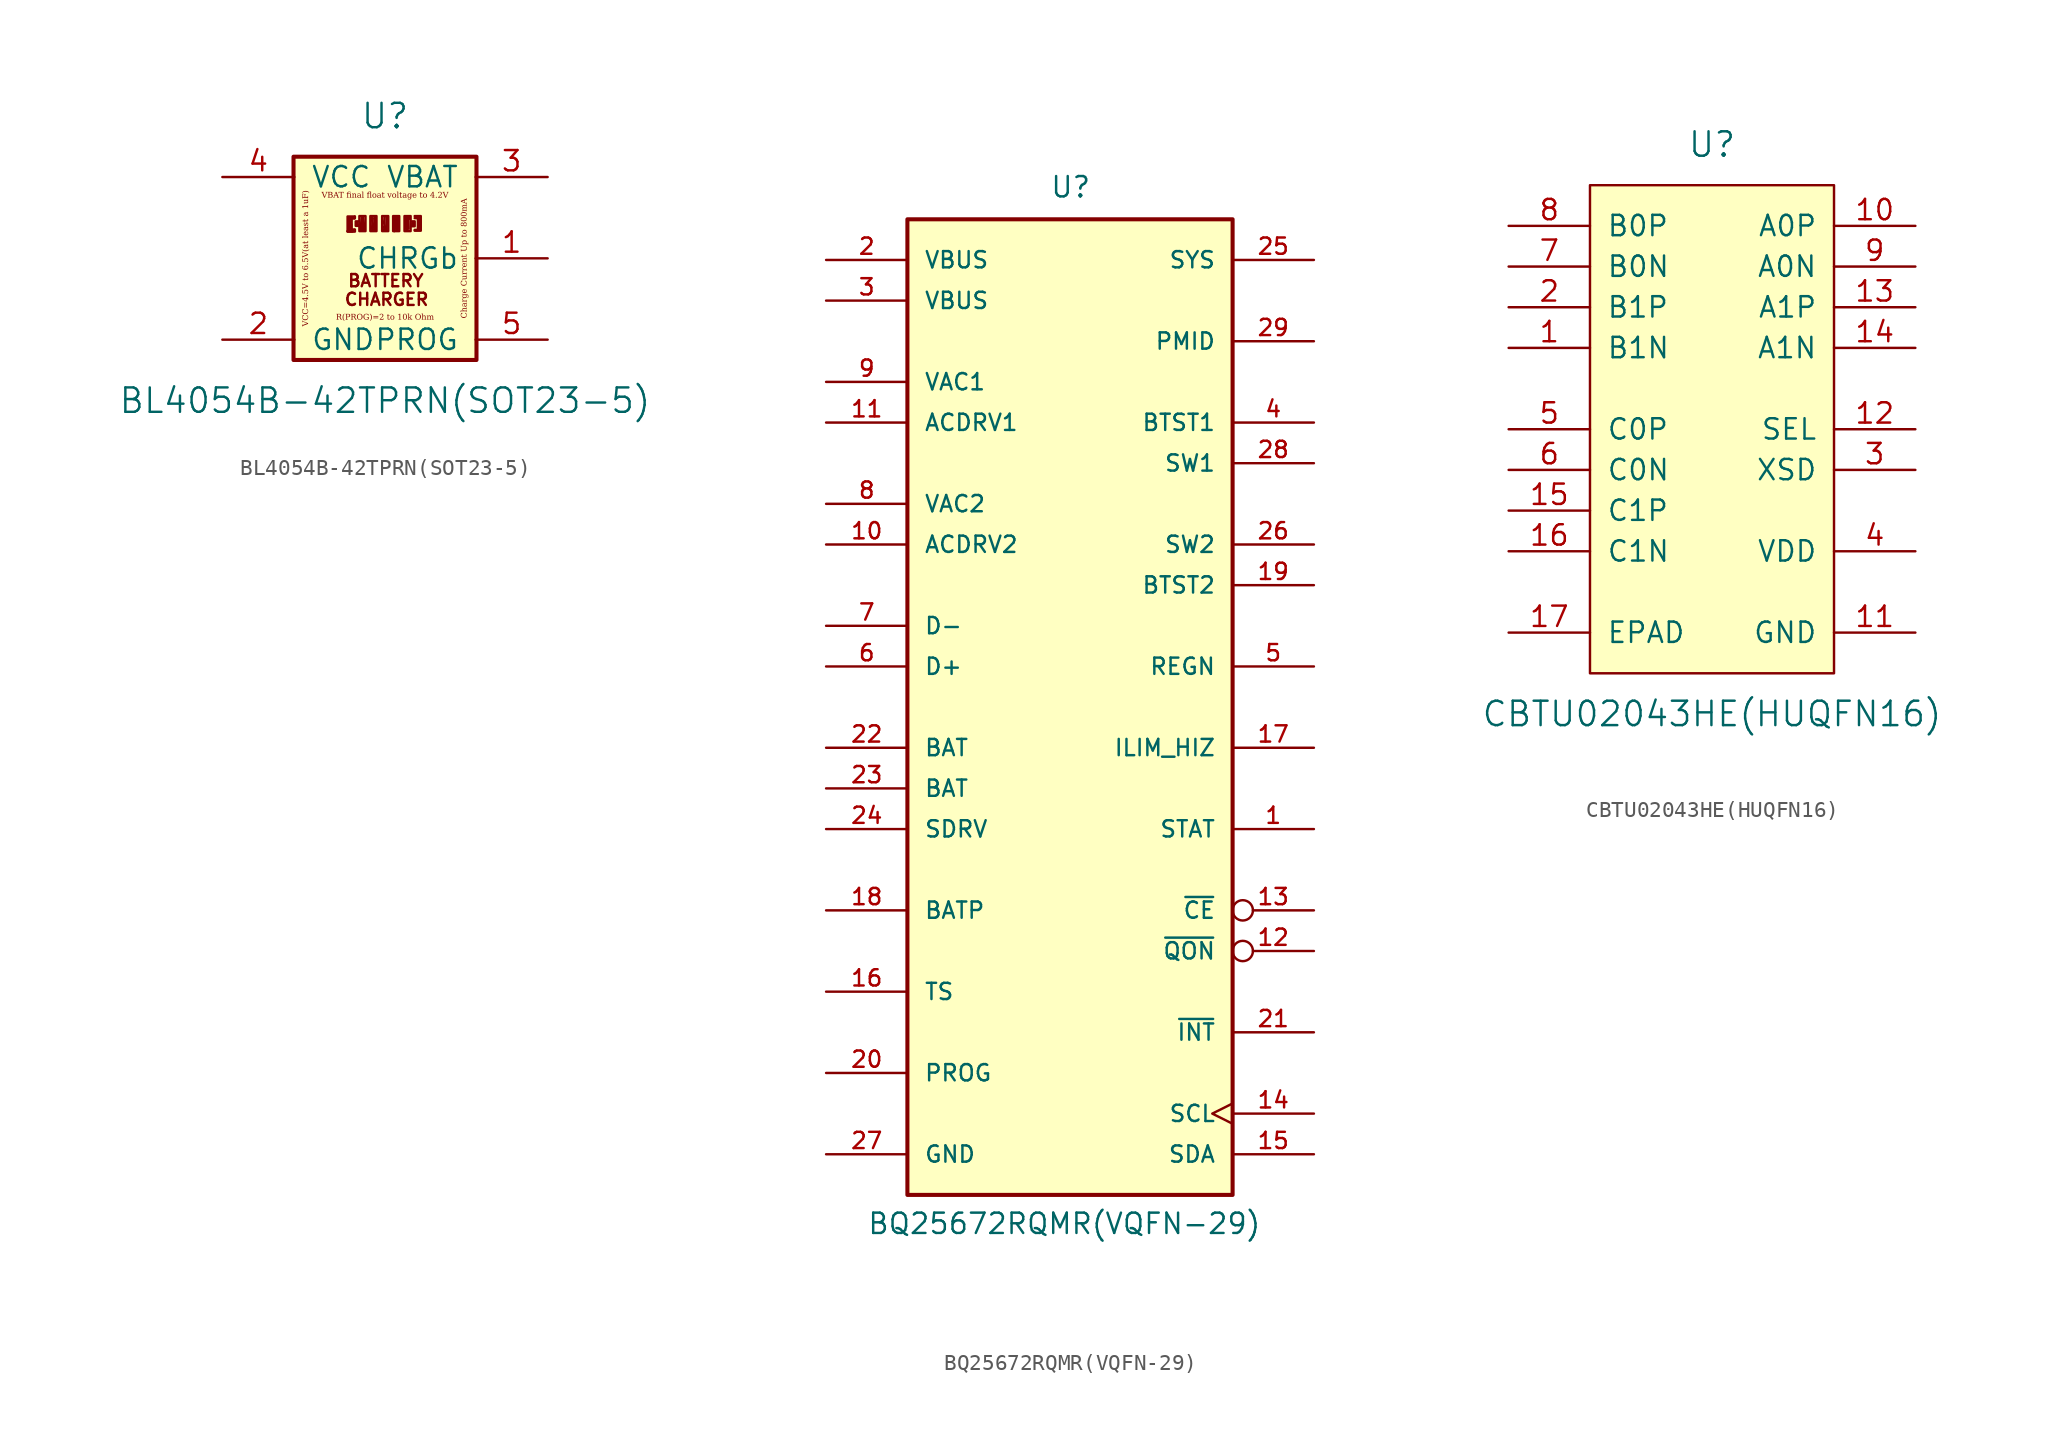
<source format=kicad_sym>
(kicad_symbol_lib
  (version 20220914)
  (generator kicad_symbol_editor)
  (symbol "BL4054B-42TPRN(SOT23-5)"
    (pin_names
      (offset 1.016))
    (property "Reference" "U"
      (at 0 8.89 0)
      (effects (font (size 1.524 1.524))))
    (property "Value" "BL4054B-42TPRN(SOT23-5)"
      (at 0 -8.89 0)
      (effects (font (size 1.524 1.524))))
    (symbol "BL4054B-42TPRN(SOT23-5)_1_0"
      (rectangle (start -1.219 1.702) (end -1.6 2.642) (stroke (width 0) (type solid)) (fill (type none)))
      (rectangle (start -0.533 1.702) (end -0.914 2.642) (stroke (width 0) (type solid)) (fill (type none)))
      (polyline (pts (xy -2.337 1.676) (xy -1.88 1.676)) (stroke (width 0) (type solid)) (fill (type none)))
      (polyline (pts (xy -2.337 1.702) (xy -1.88 1.702)) (stroke (width 0) (type solid)) (fill (type none)))
      (polyline (pts (xy -2.134 2.515) (xy -2.159 1.829)) (stroke (width 0) (type solid)) (fill (type none)))
      (polyline (pts (xy -2.108 2.134) (xy -2.134 1.727)) (stroke (width 0) (type solid)) (fill (type none)))
      (polyline (pts (xy -2.083 1.727) (xy -2.083 2.464)) (stroke (width 0) (type solid)) (fill (type none)))
      (polyline (pts (xy -2.057 2.489) (xy -1.905 2.489)) (stroke (width 0) (type solid)) (fill (type none)))
      (polyline (pts (xy -1.93 1.803) (xy -2.007 1.803)) (stroke (width 0) (type solid)) (fill (type none)))
      (polyline (pts (xy -1.88 1.727) (xy -1.88 1.803)) (stroke (width 0) (type solid)) (fill (type none)))
      (polyline (pts (xy -1.88 2.616) (xy -1.88 2.515)) (stroke (width 0) (type solid)) (fill (type none)))
      (polyline (pts (xy -0.864 2.565) (xy -0.686 1.905)) (stroke (width 0) (type solid)) (fill (type none)))
      (polyline (pts (xy -0.635 2.565) (xy -0.635 1.803)) (stroke (width 0) (type solid)) (fill (type none)))
      (polyline (pts (xy -0.076 2.286) (xy 0.025 1.829)) (stroke (width 0) (type solid)) (fill (type none)))
      (polyline (pts (xy -0.051 1.829) (xy -0.076 1.778)) (stroke (width 0) (type solid)) (fill (type none)))
      (polyline (pts (xy -0.051 2.21) (xy -0.025 2.591)) (stroke (width 0) (type solid)) (fill (type none)))
      (polyline (pts (xy 0 1.829) (xy -0.102 1.981)) (stroke (width 0) (type solid)) (fill (type none)))
      (polyline (pts (xy 0.076 1.803) (xy 0.102 2.54)) (stroke (width 0) (type solid)) (fill (type none)))
      (polyline (pts (xy 0.584 2.515) (xy 0.584 1.702)) (stroke (width 0) (type solid)) (fill (type none)))
      (polyline (pts (xy 1.499 2.464) (xy 1.473 2.565)) (stroke (width 0) (type solid)) (fill (type none)))
      (polyline (pts (xy 1.702 2.134) (xy 1.702 2.21)) (stroke (width 0) (type solid)) (fill (type none)))
      (polyline (pts (xy 2.032 1.778) (xy 1.854 1.778)) (stroke (width 0) (type solid)) (fill (type none)))
      (polyline (pts (xy 2.057 2.515) (xy 2.057 1.803)) (stroke (width 0) (type solid)) (fill (type none)))
      (polyline (pts (xy 2.108 2.515) (xy 1.854 2.515)) (stroke (width 0) (type solid)) (fill (type none)))
      (polyline (pts (xy -0.686 1.803) (xy -0.813 1.829) (xy -0.762 2.515)) (stroke (width 0) (type solid)) (fill (type none)))
      (polyline (pts (xy 1.422 2.515) (xy 1.397 2.565) (xy 1.473 2.565)) (stroke (width 0) (type solid)) (fill (type none)))
      (polyline (pts (xy 0.787 2.565) (xy 0.762 1.829) (xy 0.635 1.854) (xy 0.66 2.54)) (stroke (width 0) (type solid)) (fill (type none)))
      (polyline (pts (xy 1.321 2.54) (xy 1.321 1.829) (xy 1.473 1.854) (xy 1.448 2.464)) (stroke (width 0) (type solid)) (fill (type none)))
      (polyline (pts (xy -1.651 2.311) (xy -1.829 2.311) (xy -1.829 2.032) (xy -1.676 2.032) (xy -1.727 2.235)) (stroke (width 0) (type solid)) (fill (type none)))
      (polyline (pts (xy -1.27 1.778) (xy -1.372 2.565) (xy -1.422 1.778) (xy -1.448 2.591) (xy -1.524 1.829)) (stroke (width 0) (type solid)) (fill (type none)))
      (polyline (pts (xy 1.676 2.311) (xy 1.854 2.311) (xy 1.854 2.007) (xy 1.651 2.007) (xy 1.753 2.184) (xy 1.753 2.159)) (stroke (width 0) (type solid)) (fill (type none)))
      (polyline (pts (xy 1.854 2.642) (xy 2.235 2.642) (xy 2.235 1.727) (xy 1.854 1.727) (xy 2.134 1.727) (xy 2.134 2.591)) (stroke (width 0) (type solid)) (fill (type none)))
      (polyline (pts (xy -1.905 2.616) (xy -2.337 2.616) (xy -2.337 1.727) (xy -2.337 1.676) (xy -2.032 1.676) (xy -2.032 1.778) (xy -2.235 1.778) (xy -2.261 2.54) (xy -1.93 2.54) (xy -1.93 2.515) (xy -1.93 2.54)) (stroke (width 0) (type solid)) (fill (type none)))
      (rectangle (start 0.203 1.702) (end -0.178 2.642) (stroke (width 0) (type solid)) (fill (type none)))
      (rectangle (start 0.889 1.702) (end 0.508 2.642) (stroke (width 0) (type solid)) (fill (type none)))
      (rectangle (start 1.6 1.702) (end 1.219 2.642) (stroke (width 0) (type solid)) (fill (type none)))
      (text "BATTERY" (at 0.051 -1.397 0) (effects (font (size 0.762 0.762))))
      (text "Charge Current Up to 800mA" (at 4.953 0 900) (effects (font (face "Liberation Serif") (size 0.356 0.356) italic)))
      (text "CHARGER" (at 0.102 -2.565 0) (effects (font (size 0.762 0.762))))
      (text "R(PROG)=2 to 10k Ohm" (at 0 -3.683 0) (effects (font (face "Liberation Serif") (size 0.356 0.356) italic)))
      (text "VBAT final float voltage to 4.2V" (at 0 3.937 0) (effects (font (face "Liberation Serif") (size 0.356 0.356) italic)))
      (text "VCC=4.5V to 6.5V(at least a 1uF)" (at -4.953 0 900) (effects (font (face "Liberation Serif") (size 0.356 0.356) italic))))
    (symbol "BL4054B-42TPRN(SOT23-5)_1_1"
      (polyline (pts (xy -5.715 6.35) (xy -5.715 -6.35) (xy 5.715 -6.35) (xy 5.715 6.35) (xy -5.715 6.35)) (stroke (width 0.254) (type solid)) (fill (type background)))
      (pin open_collector line (at 10.16 0 180) (length 4.496) (name "CHRGb" (effects (font (size 1.27 1.27)))) (number "1" (effects (font (size 1.27 1.27)))))
      (pin power_in line (at -10.16 -5.08 0) (length 4.496) (name "GND" (effects (font (size 1.27 1.27)))) (number "2" (effects (font (size 1.27 1.27)))))
      (pin power_out line (at 10.16 5.08 180) (length 4.496) (name "VBAT" (effects (font (size 1.27 1.27)))) (number "3" (effects (font (size 1.27 1.27)))))
      (pin power_in line (at -10.16 5.08 0) (length 4.496) (name "VCC" (effects (font (size 1.27 1.27)))) (number "4" (effects (font (size 1.27 1.27)))))
      (pin input line (at 10.16 -5.08 180) (length 4.496) (name "PROG" (effects (font (size 1.27 1.27)))) (number "5" (effects (font (size 1.27 1.27)))))))
  (symbol "BQ25672RQMR(VQFN-29)"
    (pin_names
      (offset 1.016))
    (property "Reference" "U"
      (at -1.27 31.75 0)
      (effects (font (size 1.27 1.27)) (justify left bottom)))
    (property "Value" "BQ25672RQMR(VQFN-29)"
      (at -12.7 -33.02 0)
      (effects (font (size 1.27 1.27)) (justify left bottom)))
    (symbol "BQ25672RQMR(VQFN-29)_0_0"
      (rectangle (start -10.16 30.48) (end 10.16 -30.48) (stroke (width 0.254) (type default)) (fill (type background)))
      (pin open_collector line (at 15.24 -7.62 180) (length 5.08) (name "STAT" (effects (font (size 1.016 1.016)))) (number "1" (effects (font (size 1.016 1.016)))))
      (pin input line (at -15.24 10.16 0) (length 5.08) (name "ACDRV2" (effects (font (size 1.016 1.016)))) (number "10" (effects (font (size 1.016 1.016)))))
      (pin input line (at -15.24 17.78 0) (length 5.08) (name "ACDRV1" (effects (font (size 1.016 1.016)))) (number "11" (effects (font (size 1.016 1.016)))))
      (pin input clock (at 15.24 -25.4 180) (length 5.08) (name "SCL" (effects (font (size 1.016 1.016)))) (number "14" (effects (font (size 1.016 1.016)))))
      (pin bidirectional line (at 15.24 -27.94 180) (length 5.08) (name "SDA" (effects (font (size 1.016 1.016)))) (number "15" (effects (font (size 1.016 1.016)))))
      (pin passive line (at -15.24 -17.78 0) (length 5.08) (name "TS" (effects (font (size 1.016 1.016)))) (number "16" (effects (font (size 1.016 1.016)))))
      (pin passive line (at 15.24 -2.54 180) (length 5.08) (name "ILIM_HIZ" (effects (font (size 1.016 1.016)))) (number "17" (effects (font (size 1.016 1.016)))))
      (pin input line (at -15.24 -12.7 0) (length 5.08) (name "BATP" (effects (font (size 1.016 1.016)))) (number "18" (effects (font (size 1.016 1.016)))))
      (pin passive line (at 15.24 7.62 180) (length 5.08) (name "BTST2" (effects (font (size 1.016 1.016)))) (number "19" (effects (font (size 1.016 1.016)))))
      (pin power_in line (at -15.24 27.94 0) (length 5.08) (name "VBUS" (effects (font (size 1.016 1.016)))) (number "2" (effects (font (size 1.016 1.016)))))
      (pin input line (at -15.24 -22.86 0) (length 5.08) (name "PROG" (effects (font (size 1.016 1.016)))) (number "20" (effects (font (size 1.016 1.016)))))
      (pin open_collector line (at 15.24 -20.32 180) (length 5.08) (name "~{INT}" (effects (font (size 1.016 1.016)))) (number "21" (effects (font (size 1.016 1.016)))))
      (pin power_in line (at -15.24 -2.54 0) (length 5.08) (name "BAT" (effects (font (size 1.016 1.016)))) (number "22" (effects (font (size 1.016 1.016)))))
      (pin power_in line (at -15.24 -5.08 0) (length 5.08) (name "BAT" (effects (font (size 1.016 1.016)))) (number "23" (effects (font (size 1.016 1.016)))))
      (pin output line (at -15.24 -7.62 0) (length 5.08) (name "SDRV" (effects (font (size 1.016 1.016)))) (number "24" (effects (font (size 1.016 1.016)))))
      (pin power_out line (at 15.24 27.94 180) (length 5.08) (name "SYS" (effects (font (size 1.016 1.016)))) (number "25" (effects (font (size 1.016 1.016)))))
      (pin passive line (at 15.24 10.16 180) (length 5.08) (name "SW2" (effects (font (size 1.016 1.016)))) (number "26" (effects (font (size 1.016 1.016)))))
      (pin power_in line (at -15.24 -27.94 0) (length 5.08) (name "GND" (effects (font (size 1.016 1.016)))) (number "27" (effects (font (size 1.016 1.016)))))
      (pin passive line (at 15.24 15.24 180) (length 5.08) (name "SW1" (effects (font (size 1.016 1.016)))) (number "28" (effects (font (size 1.016 1.016)))))
      (pin power_out line (at 15.24 22.86 180) (length 5.08) (name "PMID" (effects (font (size 1.016 1.016)))) (number "29" (effects (font (size 1.016 1.016)))))
      (pin power_in line (at -15.24 25.4 0) (length 5.08) (name "VBUS" (effects (font (size 1.016 1.016)))) (number "3" (effects (font (size 1.016 1.016)))))
      (pin passive line (at 15.24 17.78 180) (length 5.08) (name "BTST1" (effects (font (size 1.016 1.016)))) (number "4" (effects (font (size 1.016 1.016)))))
      (pin power_out line (at 15.24 2.54 180) (length 5.08) (name "REGN" (effects (font (size 1.016 1.016)))) (number "5" (effects (font (size 1.016 1.016)))))
      (pin bidirectional line (at -15.24 2.54 0) (length 5.08) (name "D+" (effects (font (size 1.016 1.016)))) (number "6" (effects (font (size 1.016 1.016)))))
      (pin bidirectional line (at -15.24 5.08 0) (length 5.08) (name "D-" (effects (font (size 1.016 1.016)))) (number "7" (effects (font (size 1.016 1.016)))))
      (pin input line (at -15.24 12.7 0) (length 5.08) (name "VAC2" (effects (font (size 1.016 1.016)))) (number "8" (effects (font (size 1.016 1.016)))))
      (pin input line (at -15.24 20.32 0) (length 5.08) (name "VAC1" (effects (font (size 1.016 1.016)))) (number "9" (effects (font (size 1.016 1.016))))))
    (symbol "BQ25672RQMR(VQFN-29)_1_0"
      (pin input inverted (at 15.24 -15.24 180) (length 5.08) (name "~{QON}" (effects (font (size 1.016 1.016)))) (number "12" (effects (font (size 1.016 1.016)))))
      (pin input inverted (at 15.24 -12.7 180) (length 5.08) (name "~{CE}" (effects (font (size 1.016 1.016)))) (number "13" (effects (font (size 1.016 1.016)))))))
  (symbol "CBTU02043HE(HUQFN16)"
    (pin_names
      (offset 1.016))
    (property "Reference" "U"
      (at 0 17.78 0)
      (effects (font (size 1.524 1.524))))
    (property "Value" "CBTU02043HE(HUQFN16)"
      (at 0 -17.78 0)
      (effects (font (size 1.524 1.524))))
    (symbol "CBTU02043HE(HUQFN16)_0_1"
      (rectangle (start -7.62 15.24) (end 7.62 -15.24) (stroke (width 0) (type solid)) (fill (type background))))
    (symbol "CBTU02043HE(HUQFN16)_1_1"
      (pin bidirectional line (at -12.7 5.08 0) (length 5.08) (name "B1N" (effects (font (size 1.27 1.27)))) (number "1" (effects (font (size 1.27 1.27)))))
      (pin bidirectional line (at 12.7 12.7 180) (length 5.08) (name "A0P" (effects (font (size 1.27 1.27)))) (number "10" (effects (font (size 1.27 1.27)))))
      (pin power_in line (at 12.7 -12.7 180) (length 5.08) (name "GND" (effects (font (size 1.27 1.27)))) (number "11" (effects (font (size 1.27 1.27)))))
      (pin input line (at 12.7 0 180) (length 5.08) (name "SEL" (effects (font (size 1.27 1.27)))) (number "12" (effects (font (size 1.27 1.27)))))
      (pin bidirectional line (at 12.7 7.62 180) (length 5.08) (name "A1P" (effects (font (size 1.27 1.27)))) (number "13" (effects (font (size 1.27 1.27)))))
      (pin bidirectional line (at 12.7 5.08 180) (length 5.08) (name "A1N" (effects (font (size 1.27 1.27)))) (number "14" (effects (font (size 1.27 1.27)))))
      (pin bidirectional line (at -12.7 -5.08 0) (length 5.08) (name "C1P" (effects (font (size 1.27 1.27)))) (number "15" (effects (font (size 1.27 1.27)))))
      (pin bidirectional line (at -12.7 -7.62 0) (length 5.08) (name "C1N" (effects (font (size 1.27 1.27)))) (number "16" (effects (font (size 1.27 1.27)))))
      (pin input line (at -12.7 -12.7 0) (length 5.08) (name "EPAD" (effects (font (size 1.27 1.27)))) (number "17" (effects (font (size 1.27 1.27)))))
      (pin bidirectional line (at -12.7 7.62 0) (length 5.08) (name "B1P" (effects (font (size 1.27 1.27)))) (number "2" (effects (font (size 1.27 1.27)))))
      (pin input line (at 12.7 -2.54 180) (length 5.08) (name "XSD" (effects (font (size 1.27 1.27)))) (number "3" (effects (font (size 1.27 1.27)))))
      (pin power_in line (at 12.7 -7.62 180) (length 5.08) (name "VDD" (effects (font (size 1.27 1.27)))) (number "4" (effects (font (size 1.27 1.27)))))
      (pin bidirectional line (at -12.7 0 0) (length 5.08) (name "C0P" (effects (font (size 1.27 1.27)))) (number "5" (effects (font (size 1.27 1.27)))))
      (pin bidirectional line (at -12.7 -2.54 0) (length 5.08) (name "C0N" (effects (font (size 1.27 1.27)))) (number "6" (effects (font (size 1.27 1.27)))))
      (pin bidirectional line (at -12.7 10.16 0) (length 5.08) (name "B0N" (effects (font (size 1.27 1.27)))) (number "7" (effects (font (size 1.27 1.27)))))
      (pin bidirectional line (at -12.7 12.7 0) (length 5.08) (name "B0P" (effects (font (size 1.27 1.27)))) (number "8" (effects (font (size 1.27 1.27)))))
      (pin bidirectional line (at 12.7 10.16 180) (length 5.08) (name "A0N" (effects (font (size 1.27 1.27)))) (number "9" (effects (font (size 1.27 1.27))))))))
</source>
